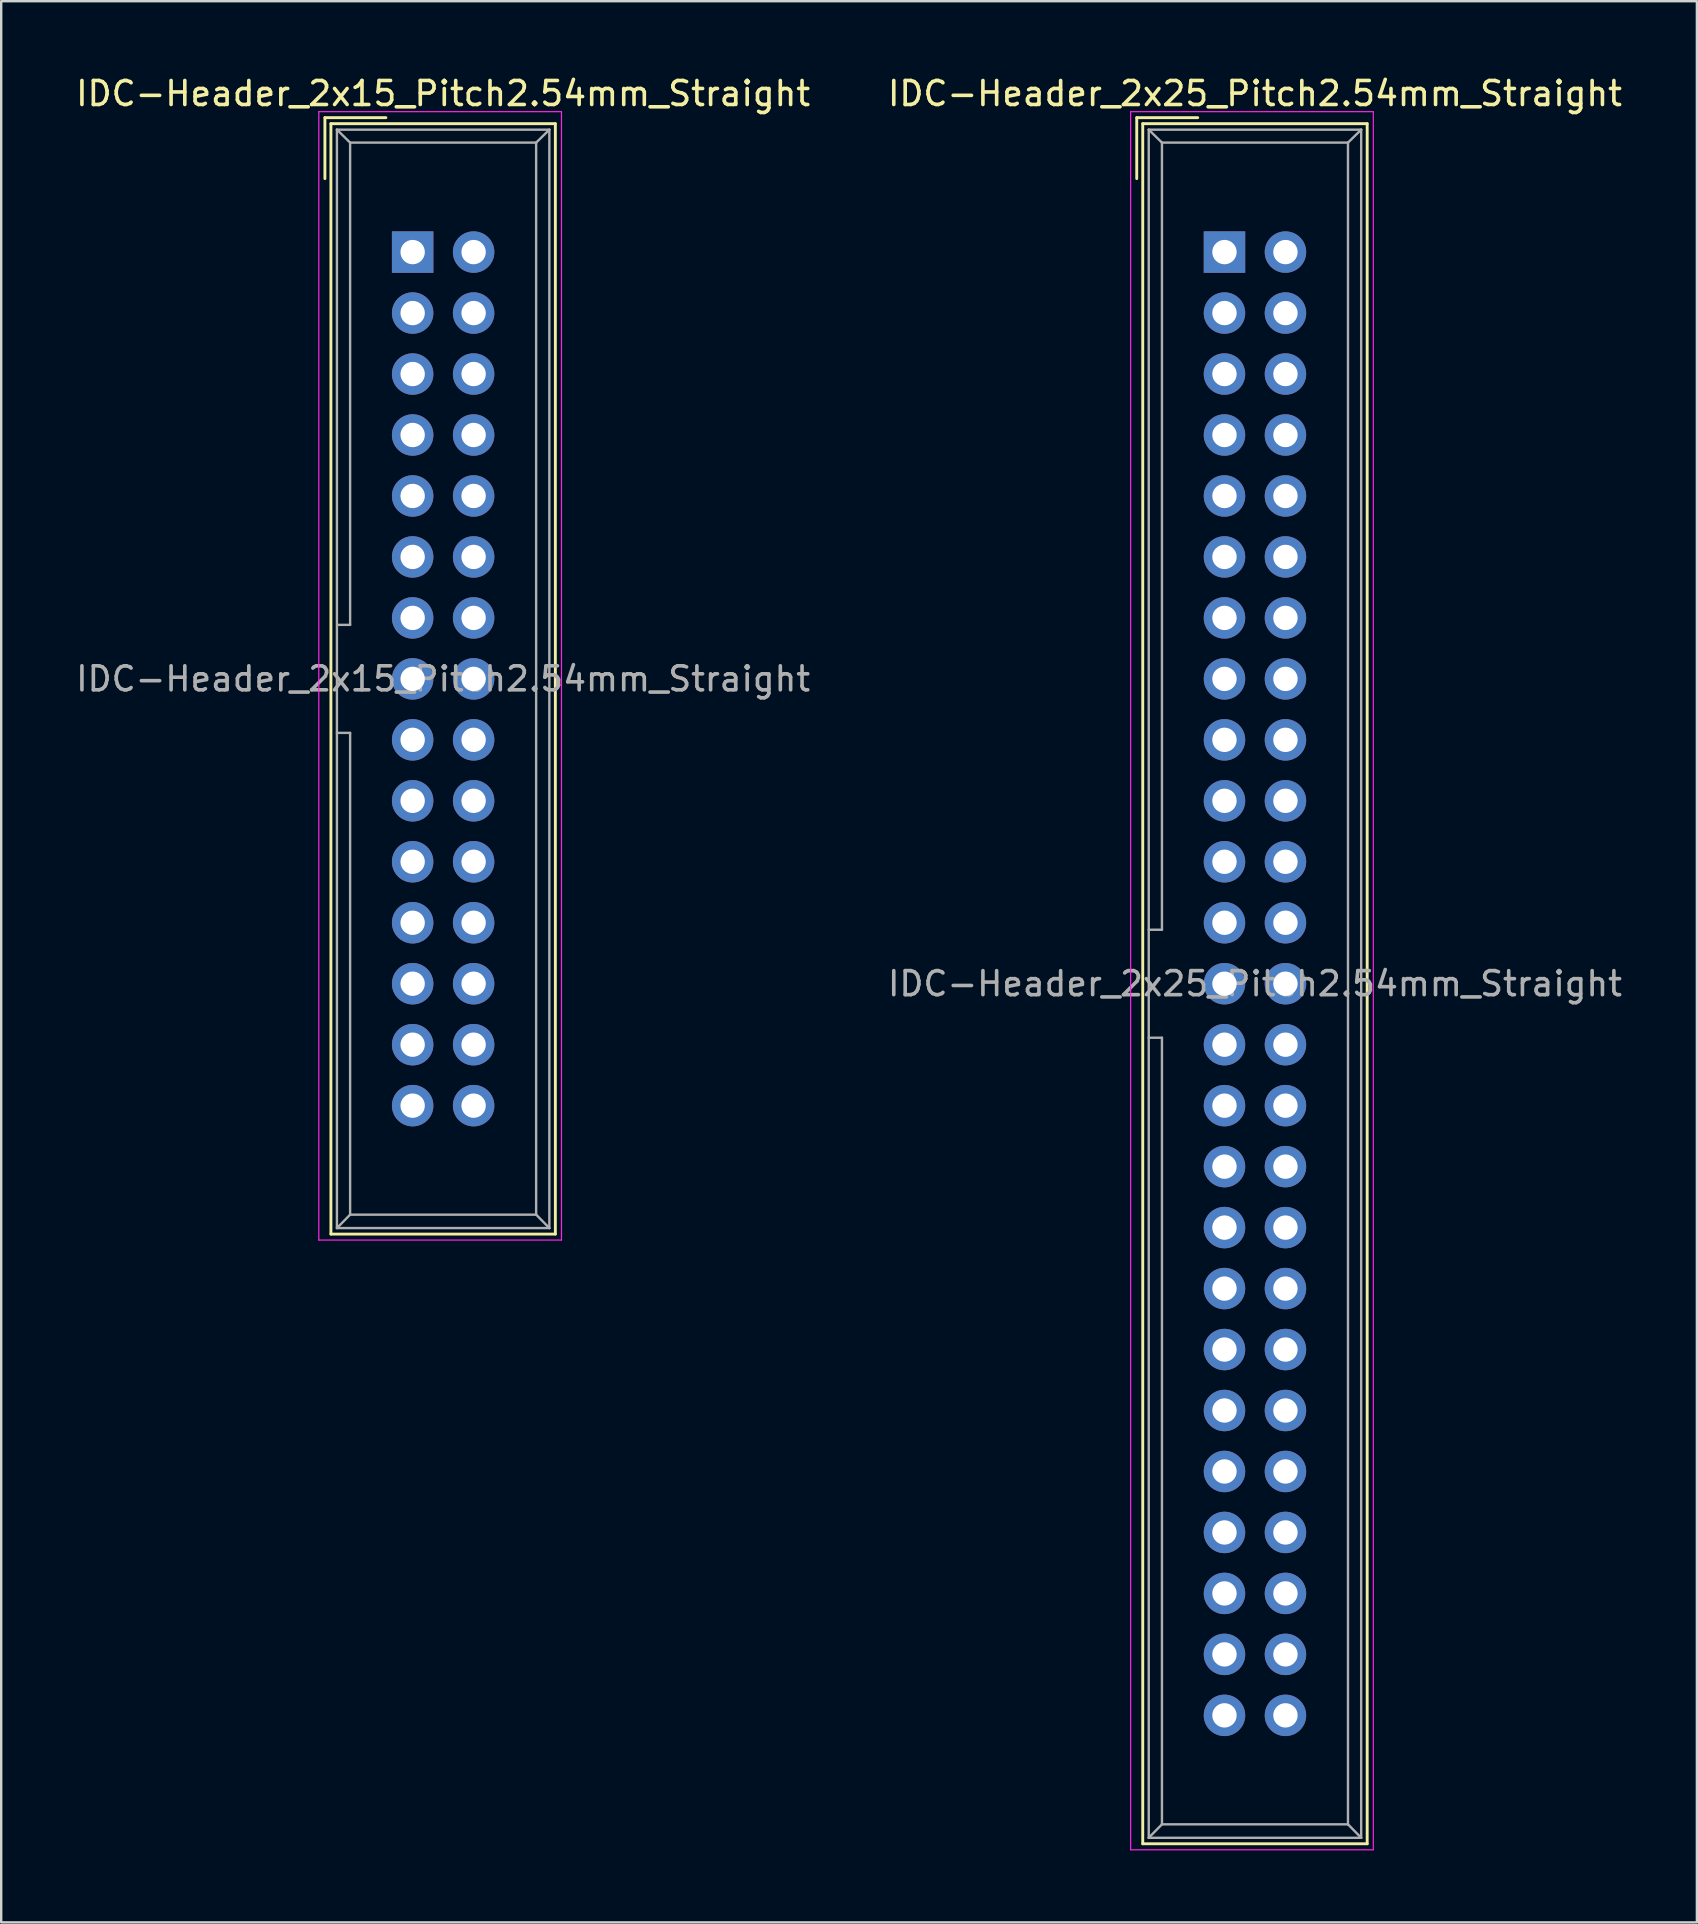
<source format=kicad_pcb>
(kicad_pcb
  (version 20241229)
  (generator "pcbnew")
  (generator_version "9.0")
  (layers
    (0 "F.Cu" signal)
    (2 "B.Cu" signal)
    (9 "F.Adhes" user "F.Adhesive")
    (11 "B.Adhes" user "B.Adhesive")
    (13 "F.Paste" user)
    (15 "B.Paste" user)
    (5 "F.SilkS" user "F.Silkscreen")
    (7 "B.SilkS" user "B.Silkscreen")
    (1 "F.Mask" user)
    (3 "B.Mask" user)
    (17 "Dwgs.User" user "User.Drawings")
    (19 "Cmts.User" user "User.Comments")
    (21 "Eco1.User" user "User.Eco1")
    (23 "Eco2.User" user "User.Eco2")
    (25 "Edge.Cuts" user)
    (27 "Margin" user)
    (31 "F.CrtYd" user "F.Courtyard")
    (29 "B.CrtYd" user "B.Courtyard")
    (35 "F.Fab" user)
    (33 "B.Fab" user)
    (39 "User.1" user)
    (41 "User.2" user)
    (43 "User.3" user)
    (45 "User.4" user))
  (footprint "IDC-Header_2x25_Pitch2.54mm_Straight"
    (layer "F.Cu")
    (at 47.962 7.452)
    (property "Reference" "IDC-Header_2x25_Pitch2.54mm_Straight" (at 1.27 -6.604 0) (layer "F.SilkS") (effects (font (size 1 1) (thickness 0.15))))
    (attr through_hole)
    (fp_line (start -3.655 -5.6) (end -3.655 -3.06) (stroke (width 0.12) (type solid)) (layer "F.SilkS"))
    (fp_line (start -3.655 -5.6) (end -1.115 -5.6) (stroke (width 0.12) (type solid)) (layer "F.SilkS"))
    (fp_line (start -3.405 -5.35) (end 5.945 -5.35) (stroke (width 0.12) (type solid)) (layer "F.SilkS"))
    (fp_line (start -3.405 66.31) (end -3.405 -5.35) (stroke (width 0.12) (type solid)) (layer "F.SilkS"))
    (fp_line (start 5.945 -5.35) (end 5.945 66.31) (stroke (width 0.12) (type solid)) (layer "F.SilkS"))
    (fp_line (start 5.945 66.31) (end -3.405 66.31) (stroke (width 0.12) (type solid)) (layer "F.SilkS"))
    (fp_line (start -3.91 -5.85) (end 6.2 -5.85) (stroke (width 0.05) (type solid)) (layer "F.CrtYd"))
    (fp_line (start -3.91 66.56) (end -3.91 -5.85) (stroke (width 0.05) (type solid)) (layer "F.CrtYd"))
    (fp_line (start 6.2 -5.85) (end 6.2 66.56) (stroke (width 0.05) (type solid)) (layer "F.CrtYd"))
    (fp_line (start 6.2 66.56) (end -3.91 66.56) (stroke (width 0.05) (type solid)) (layer "F.CrtYd"))
    (fp_line (start -3.155 -5.1) (end -3.155 66.06) (stroke (width 0.1) (type solid)) (layer "F.Fab"))
    (fp_line (start -3.155 -5.1) (end -2.605 -4.56) (stroke (width 0.1) (type solid)) (layer "F.Fab"))
    (fp_line (start -3.155 66.06) (end -2.605 65.5) (stroke (width 0.1) (type solid)) (layer "F.Fab"))
    (fp_line (start -2.605 -4.56) (end -2.605 28.23) (stroke (width 0.1) (type solid)) (layer "F.Fab"))
    (fp_line (start -2.605 28.23) (end -3.155 28.23) (stroke (width 0.1) (type solid)) (layer "F.Fab"))
    (fp_line (start -2.605 32.73) (end -3.155 32.73) (stroke (width 0.1) (type solid)) (layer "F.Fab"))
    (fp_line (start -2.605 32.73) (end -2.605 65.5) (stroke (width 0.1) (type solid)) (layer "F.Fab"))
    (fp_line (start 5.145 -4.56) (end -2.605 -4.56) (stroke (width 0.1) (type solid)) (layer "F.Fab"))
    (fp_line (start 5.145 -4.56) (end 5.145 65.5) (stroke (width 0.1) (type solid)) (layer "F.Fab"))
    (fp_line (start 5.145 65.5) (end -2.605 65.5) (stroke (width 0.1) (type solid)) (layer "F.Fab"))
    (fp_line (start 5.695 -5.1) (end -3.155 -5.1) (stroke (width 0.1) (type solid)) (layer "F.Fab"))
    (fp_line (start 5.695 -5.1) (end 5.145 -4.56) (stroke (width 0.1) (type solid)) (layer "F.Fab"))
    (fp_line (start 5.695 -5.1) (end 5.695 66.06) (stroke (width 0.1) (type solid)) (layer "F.Fab"))
    (fp_line (start 5.695 66.06) (end -3.155 66.06) (stroke (width 0.1) (type solid)) (layer "F.Fab"))
    (fp_line (start 5.695 66.06) (end 5.145 65.5) (stroke (width 0.1) (type solid)) (layer "F.Fab"))
    (fp_text user "${REFERENCE}" (at 1.27 30.48 0) (layer "F.Fab") (effects (font (size 1 1) (thickness 0.15))))
    (pad "1" thru_hole rect (at 0 0) (size 1.727 1.727) (drill 1.016) (layers "*.Cu" "*.Mask"))
    (pad "2" thru_hole oval (at 2.54 0) (size 1.727 1.727) (drill 1.016) (layers "*.Cu" "*.Mask"))
    (pad "3" thru_hole oval (at 0 2.54) (size 1.727 1.727) (drill 1.016) (layers "*.Cu" "*.Mask"))
    (pad "4" thru_hole oval (at 2.54 2.54) (size 1.727 1.727) (drill 1.016) (layers "*.Cu" "*.Mask"))
    (pad "5" thru_hole oval (at 0 5.08) (size 1.727 1.727) (drill 1.016) (layers "*.Cu" "*.Mask"))
    (pad "6" thru_hole oval (at 2.54 5.08) (size 1.727 1.727) (drill 1.016) (layers "*.Cu" "*.Mask"))
    (pad "7" thru_hole oval (at 0 7.62) (size 1.727 1.727) (drill 1.016) (layers "*.Cu" "*.Mask"))
    (pad "8" thru_hole oval (at 2.54 7.62) (size 1.727 1.727) (drill 1.016) (layers "*.Cu" "*.Mask"))
    (pad "9" thru_hole oval (at 0 10.16) (size 1.727 1.727) (drill 1.016) (layers "*.Cu" "*.Mask"))
    (pad "10" thru_hole oval (at 2.54 10.16) (size 1.727 1.727) (drill 1.016) (layers "*.Cu" "*.Mask"))
    (pad "11" thru_hole oval (at 0 12.7) (size 1.727 1.727) (drill 1.016) (layers "*.Cu" "*.Mask"))
    (pad "12" thru_hole oval (at 2.54 12.7) (size 1.727 1.727) (drill 1.016) (layers "*.Cu" "*.Mask"))
    (pad "13" thru_hole oval (at 0 15.24) (size 1.727 1.727) (drill 1.016) (layers "*.Cu" "*.Mask"))
    (pad "14" thru_hole oval (at 2.54 15.24) (size 1.727 1.727) (drill 1.016) (layers "*.Cu" "*.Mask"))
    (pad "15" thru_hole oval (at 0 17.78) (size 1.727 1.727) (drill 1.016) (layers "*.Cu" "*.Mask"))
    (pad "16" thru_hole oval (at 2.54 17.78) (size 1.727 1.727) (drill 1.016) (layers "*.Cu" "*.Mask"))
    (pad "17" thru_hole oval (at 0 20.32) (size 1.727 1.727) (drill 1.016) (layers "*.Cu" "*.Mask"))
    (pad "18" thru_hole oval (at 2.54 20.32) (size 1.727 1.727) (drill 1.016) (layers "*.Cu" "*.Mask"))
    (pad "19" thru_hole oval (at 0 22.86) (size 1.727 1.727) (drill 1.016) (layers "*.Cu" "*.Mask"))
    (pad "20" thru_hole oval (at 2.54 22.86) (size 1.727 1.727) (drill 1.016) (layers "*.Cu" "*.Mask"))
    (pad "21" thru_hole oval (at 0 25.4) (size 1.727 1.727) (drill 1.016) (layers "*.Cu" "*.Mask"))
    (pad "22" thru_hole oval (at 2.54 25.4) (size 1.727 1.727) (drill 1.016) (layers "*.Cu" "*.Mask"))
    (pad "23" thru_hole oval (at 0 27.94) (size 1.727 1.727) (drill 1.016) (layers "*.Cu" "*.Mask"))
    (pad "24" thru_hole oval (at 2.54 27.94) (size 1.727 1.727) (drill 1.016) (layers "*.Cu" "*.Mask"))
    (pad "25" thru_hole oval (at 0 30.48) (size 1.727 1.727) (drill 1.016) (layers "*.Cu" "*.Mask"))
    (pad "26" thru_hole oval (at 2.54 30.48) (size 1.727 1.727) (drill 1.016) (layers "*.Cu" "*.Mask"))
    (pad "27" thru_hole oval (at 0 33.02) (size 1.727 1.727) (drill 1.016) (layers "*.Cu" "*.Mask"))
    (pad "28" thru_hole oval (at 2.54 33.02) (size 1.727 1.727) (drill 1.016) (layers "*.Cu" "*.Mask"))
    (pad "29" thru_hole oval (at 0 35.56) (size 1.727 1.727) (drill 1.016) (layers "*.Cu" "*.Mask"))
    (pad "30" thru_hole oval (at 2.54 35.56) (size 1.727 1.727) (drill 1.016) (layers "*.Cu" "*.Mask"))
    (pad "31" thru_hole oval (at 0 38.1) (size 1.727 1.727) (drill 1.016) (layers "*.Cu" "*.Mask"))
    (pad "32" thru_hole oval (at 2.54 38.1) (size 1.727 1.727) (drill 1.016) (layers "*.Cu" "*.Mask"))
    (pad "33" thru_hole oval (at 0 40.64) (size 1.727 1.727) (drill 1.016) (layers "*.Cu" "*.Mask"))
    (pad "34" thru_hole oval (at 2.54 40.64) (size 1.727 1.727) (drill 1.016) (layers "*.Cu" "*.Mask"))
    (pad "35" thru_hole oval (at 0 43.18) (size 1.727 1.727) (drill 1.016) (layers "*.Cu" "*.Mask"))
    (pad "36" thru_hole oval (at 2.54 43.18) (size 1.727 1.727) (drill 1.016) (layers "*.Cu" "*.Mask"))
    (pad "37" thru_hole oval (at 0 45.72) (size 1.727 1.727) (drill 1.016) (layers "*.Cu" "*.Mask"))
    (pad "38" thru_hole oval (at 2.54 45.72) (size 1.727 1.727) (drill 1.016) (layers "*.Cu" "*.Mask"))
    (pad "39" thru_hole oval (at 0 48.26) (size 1.727 1.727) (drill 1.016) (layers "*.Cu" "*.Mask"))
    (pad "40" thru_hole oval (at 2.54 48.26) (size 1.727 1.727) (drill 1.016) (layers "*.Cu" "*.Mask"))
    (pad "41" thru_hole oval (at 0 50.8) (size 1.727 1.727) (drill 1.016) (layers "*.Cu" "*.Mask"))
    (pad "42" thru_hole oval (at 2.54 50.8) (size 1.727 1.727) (drill 1.016) (layers "*.Cu" "*.Mask"))
    (pad "43" thru_hole oval (at 0 53.34) (size 1.727 1.727) (drill 1.016) (layers "*.Cu" "*.Mask"))
    (pad "44" thru_hole oval (at 2.54 53.34) (size 1.727 1.727) (drill 1.016) (layers "*.Cu" "*.Mask"))
    (pad "45" thru_hole oval (at 0 55.88) (size 1.727 1.727) (drill 1.016) (layers "*.Cu" "*.Mask"))
    (pad "46" thru_hole oval (at 2.54 55.88) (size 1.727 1.727) (drill 1.016) (layers "*.Cu" "*.Mask"))
    (pad "47" thru_hole oval (at 0 58.42) (size 1.727 1.727) (drill 1.016) (layers "*.Cu" "*.Mask"))
    (pad "48" thru_hole oval (at 2.54 58.42) (size 1.727 1.727) (drill 1.016) (layers "*.Cu" "*.Mask"))
    (pad "49" thru_hole oval (at 0 60.96) (size 1.727 1.727) (drill 1.016) (layers "*.Cu" "*.Mask"))
    (pad "50" thru_hole oval (at 2.54 60.96) (size 1.727 1.727) (drill 1.016) (layers "*.Cu" "*.Mask")))
  (footprint "IDC-Header_2x15_Pitch2.54mm_Straight"
    (layer "F.Cu")
    (at 14.141 7.452)
    (property "Reference" "IDC-Header_2x15_Pitch2.54mm_Straight" (at 1.27 -6.604 0) (layer "F.SilkS") (effects (font (size 1 1) (thickness 0.15))))
    (attr through_hole)
    (fp_line (start -3.655 -5.6) (end -3.655 -3.06) (stroke (width 0.12) (type solid)) (layer "F.SilkS"))
    (fp_line (start -3.655 -5.6) (end -1.115 -5.6) (stroke (width 0.12) (type solid)) (layer "F.SilkS"))
    (fp_line (start -3.405 -5.35) (end 5.945 -5.35) (stroke (width 0.12) (type solid)) (layer "F.SilkS"))
    (fp_line (start -3.405 40.91) (end -3.405 -5.35) (stroke (width 0.12) (type solid)) (layer "F.SilkS"))
    (fp_line (start 5.945 -5.35) (end 5.945 40.91) (stroke (width 0.12) (type solid)) (layer "F.SilkS"))
    (fp_line (start 5.945 40.91) (end -3.405 40.91) (stroke (width 0.12) (type solid)) (layer "F.SilkS"))
    (fp_line (start -3.91 -5.85) (end 6.2 -5.85) (stroke (width 0.05) (type solid)) (layer "F.CrtYd"))
    (fp_line (start -3.91 41.16) (end -3.91 -5.85) (stroke (width 0.05) (type solid)) (layer "F.CrtYd"))
    (fp_line (start 6.2 -5.85) (end 6.2 41.16) (stroke (width 0.05) (type solid)) (layer "F.CrtYd"))
    (fp_line (start 6.2 41.16) (end -3.91 41.16) (stroke (width 0.05) (type solid)) (layer "F.CrtYd"))
    (fp_line (start -3.155 -5.1) (end -3.155 40.66) (stroke (width 0.1) (type solid)) (layer "F.Fab"))
    (fp_line (start -3.155 -5.1) (end -2.605 -4.56) (stroke (width 0.1) (type solid)) (layer "F.Fab"))
    (fp_line (start -3.155 40.66) (end -2.605 40.1) (stroke (width 0.1) (type solid)) (layer "F.Fab"))
    (fp_line (start -2.605 -4.56) (end -2.605 15.53) (stroke (width 0.1) (type solid)) (layer "F.Fab"))
    (fp_line (start -2.605 15.53) (end -3.145 15.53) (stroke (width 0.1) (type solid)) (layer "F.Fab"))
    (fp_line (start -2.605 20.03) (end -3.155 20.03) (stroke (width 0.1) (type solid)) (layer "F.Fab"))
    (fp_line (start -2.605 20.03) (end -2.605 40.1) (stroke (width 0.1) (type solid)) (layer "F.Fab"))
    (fp_line (start 5.145 -4.56) (end -2.605 -4.56) (stroke (width 0.1) (type solid)) (layer "F.Fab"))
    (fp_line (start 5.145 -4.56) (end 5.145 40.1) (stroke (width 0.1) (type solid)) (layer "F.Fab"))
    (fp_line (start 5.145 40.1) (end -2.605 40.1) (stroke (width 0.1) (type solid)) (layer "F.Fab"))
    (fp_line (start 5.695 -5.1) (end -3.155 -5.1) (stroke (width 0.1) (type solid)) (layer "F.Fab"))
    (fp_line (start 5.695 -5.1) (end 5.145 -4.56) (stroke (width 0.1) (type solid)) (layer "F.Fab"))
    (fp_line (start 5.695 -5.1) (end 5.695 40.66) (stroke (width 0.1) (type solid)) (layer "F.Fab"))
    (fp_line (start 5.695 40.66) (end -3.155 40.66) (stroke (width 0.1) (type solid)) (layer "F.Fab"))
    (fp_line (start 5.695 40.66) (end 5.145 40.1) (stroke (width 0.1) (type solid)) (layer "F.Fab"))
    (fp_text user "${REFERENCE}" (at 1.27 17.78 0) (layer "F.Fab") (effects (font (size 1 1) (thickness 0.15))))
    (pad "1" thru_hole rect (at 0 0) (size 1.727 1.727) (drill 1.016) (layers "*.Cu" "*.Mask"))
    (pad "2" thru_hole oval (at 2.54 0) (size 1.727 1.727) (drill 1.016) (layers "*.Cu" "*.Mask"))
    (pad "3" thru_hole oval (at 0 2.54) (size 1.727 1.727) (drill 1.016) (layers "*.Cu" "*.Mask"))
    (pad "4" thru_hole oval (at 2.54 2.54) (size 1.727 1.727) (drill 1.016) (layers "*.Cu" "*.Mask"))
    (pad "5" thru_hole oval (at 0 5.08) (size 1.727 1.727) (drill 1.016) (layers "*.Cu" "*.Mask"))
    (pad "6" thru_hole oval (at 2.54 5.08) (size 1.727 1.727) (drill 1.016) (layers "*.Cu" "*.Mask"))
    (pad "7" thru_hole oval (at 0 7.62) (size 1.727 1.727) (drill 1.016) (layers "*.Cu" "*.Mask"))
    (pad "8" thru_hole oval (at 2.54 7.62) (size 1.727 1.727) (drill 1.016) (layers "*.Cu" "*.Mask"))
    (pad "9" thru_hole oval (at 0 10.16) (size 1.727 1.727) (drill 1.016) (layers "*.Cu" "*.Mask"))
    (pad "10" thru_hole oval (at 2.54 10.16) (size 1.727 1.727) (drill 1.016) (layers "*.Cu" "*.Mask"))
    (pad "11" thru_hole oval (at 0 12.7) (size 1.727 1.727) (drill 1.016) (layers "*.Cu" "*.Mask"))
    (pad "12" thru_hole oval (at 2.54 12.7) (size 1.727 1.727) (drill 1.016) (layers "*.Cu" "*.Mask"))
    (pad "13" thru_hole oval (at 0 15.24) (size 1.727 1.727) (drill 1.016) (layers "*.Cu" "*.Mask"))
    (pad "14" thru_hole oval (at 2.54 15.24) (size 1.727 1.727) (drill 1.016) (layers "*.Cu" "*.Mask"))
    (pad "15" thru_hole oval (at 0 17.78) (size 1.727 1.727) (drill 1.016) (layers "*.Cu" "*.Mask"))
    (pad "16" thru_hole oval (at 2.54 17.78) (size 1.727 1.727) (drill 1.016) (layers "*.Cu" "*.Mask"))
    (pad "17" thru_hole oval (at 0 20.32) (size 1.727 1.727) (drill 1.016) (layers "*.Cu" "*.Mask"))
    (pad "18" thru_hole oval (at 2.54 20.32) (size 1.727 1.727) (drill 1.016) (layers "*.Cu" "*.Mask"))
    (pad "19" thru_hole oval (at 0 22.86) (size 1.727 1.727) (drill 1.016) (layers "*.Cu" "*.Mask"))
    (pad "20" thru_hole oval (at 2.54 22.86) (size 1.727 1.727) (drill 1.016) (layers "*.Cu" "*.Mask"))
    (pad "21" thru_hole oval (at 0 25.4) (size 1.727 1.727) (drill 1.016) (layers "*.Cu" "*.Mask"))
    (pad "22" thru_hole oval (at 2.54 25.4) (size 1.727 1.727) (drill 1.016) (layers "*.Cu" "*.Mask"))
    (pad "23" thru_hole oval (at 0 27.94) (size 1.727 1.727) (drill 1.016) (layers "*.Cu" "*.Mask"))
    (pad "24" thru_hole oval (at 2.54 27.94) (size 1.727 1.727) (drill 1.016) (layers "*.Cu" "*.Mask"))
    (pad "25" thru_hole oval (at 0 30.48) (size 1.727 1.727) (drill 1.016) (layers "*.Cu" "*.Mask"))
    (pad "26" thru_hole oval (at 2.54 30.48) (size 1.727 1.727) (drill 1.016) (layers "*.Cu" "*.Mask"))
    (pad "27" thru_hole oval (at 0 33.02) (size 1.727 1.727) (drill 1.016) (layers "*.Cu" "*.Mask"))
    (pad "28" thru_hole oval (at 2.54 33.02) (size 1.727 1.727) (drill 1.016) (layers "*.Cu" "*.Mask"))
    (pad "29" thru_hole oval (at 0 35.56) (size 1.727 1.727) (drill 1.016) (layers "*.Cu" "*.Mask"))
    (pad "30" thru_hole oval (at 2.54 35.56) (size 1.727 1.727) (drill 1.016) (layers "*.Cu" "*.Mask")))
  (gr_rect
    (start -3 -3)
    (end 67.643 77.037)
    (stroke (width 0.1) (type default))
    (fill no)
    (layer "Edge.Cuts")))
</source>
